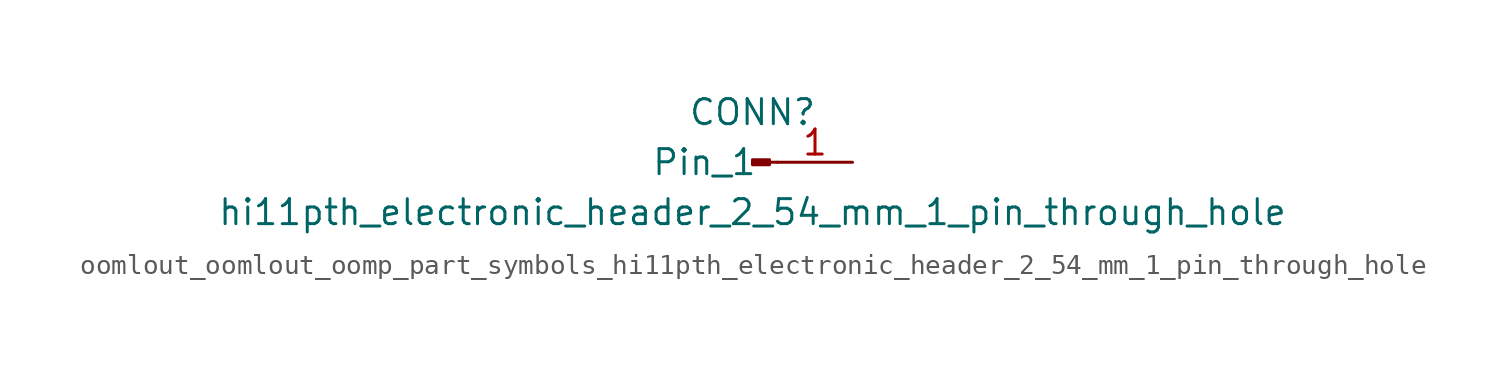
<source format=kicad_sym>
(kicad_symbol_lib
  (version 20220914)
  (generator kicad_symbol_editor)
  (symbol "oomlout_oomlout_oomp_part_symbols_hi11pth_electronic_header_2_54_mm_1_pin_through_hole"
    (pin_names
      (offset 1.016))
    (property "Reference" "CONN"
      (at 0 2.54 0)
      (effects (font (size 1.27 1.27))))
    (property "Value" "hi11pth_electronic_header_2_54_mm_1_pin_through_hole"
      (at 0 -2.54 0)
      (effects (font (size 1.27 1.27))))
    (property "ki_locked" ""
      (at 0 0 0)
      (effects (font (size 1.27 1.27))))
    (symbol "oomlout_oomlout_oomp_part_symbols_hi11pth_electronic_header_2_54_mm_1_pin_through_hole_1_1"
      (polyline (pts (xy 1.27 0) (xy 0.864 0)) (stroke (width 0.152) (type default)) (fill (type none)))
      (rectangle (start 0.864 0.127) (end 0 -0.127) (stroke (width 0.152) (type default)) (fill (type outline)))
      (pin passive line (at 5.08 0 180) (length 3.81) (name "Pin_1" (effects (font (size 1.27 1.27)))) (number "1" (effects (font (size 1.27 1.27))))))))
</source>
